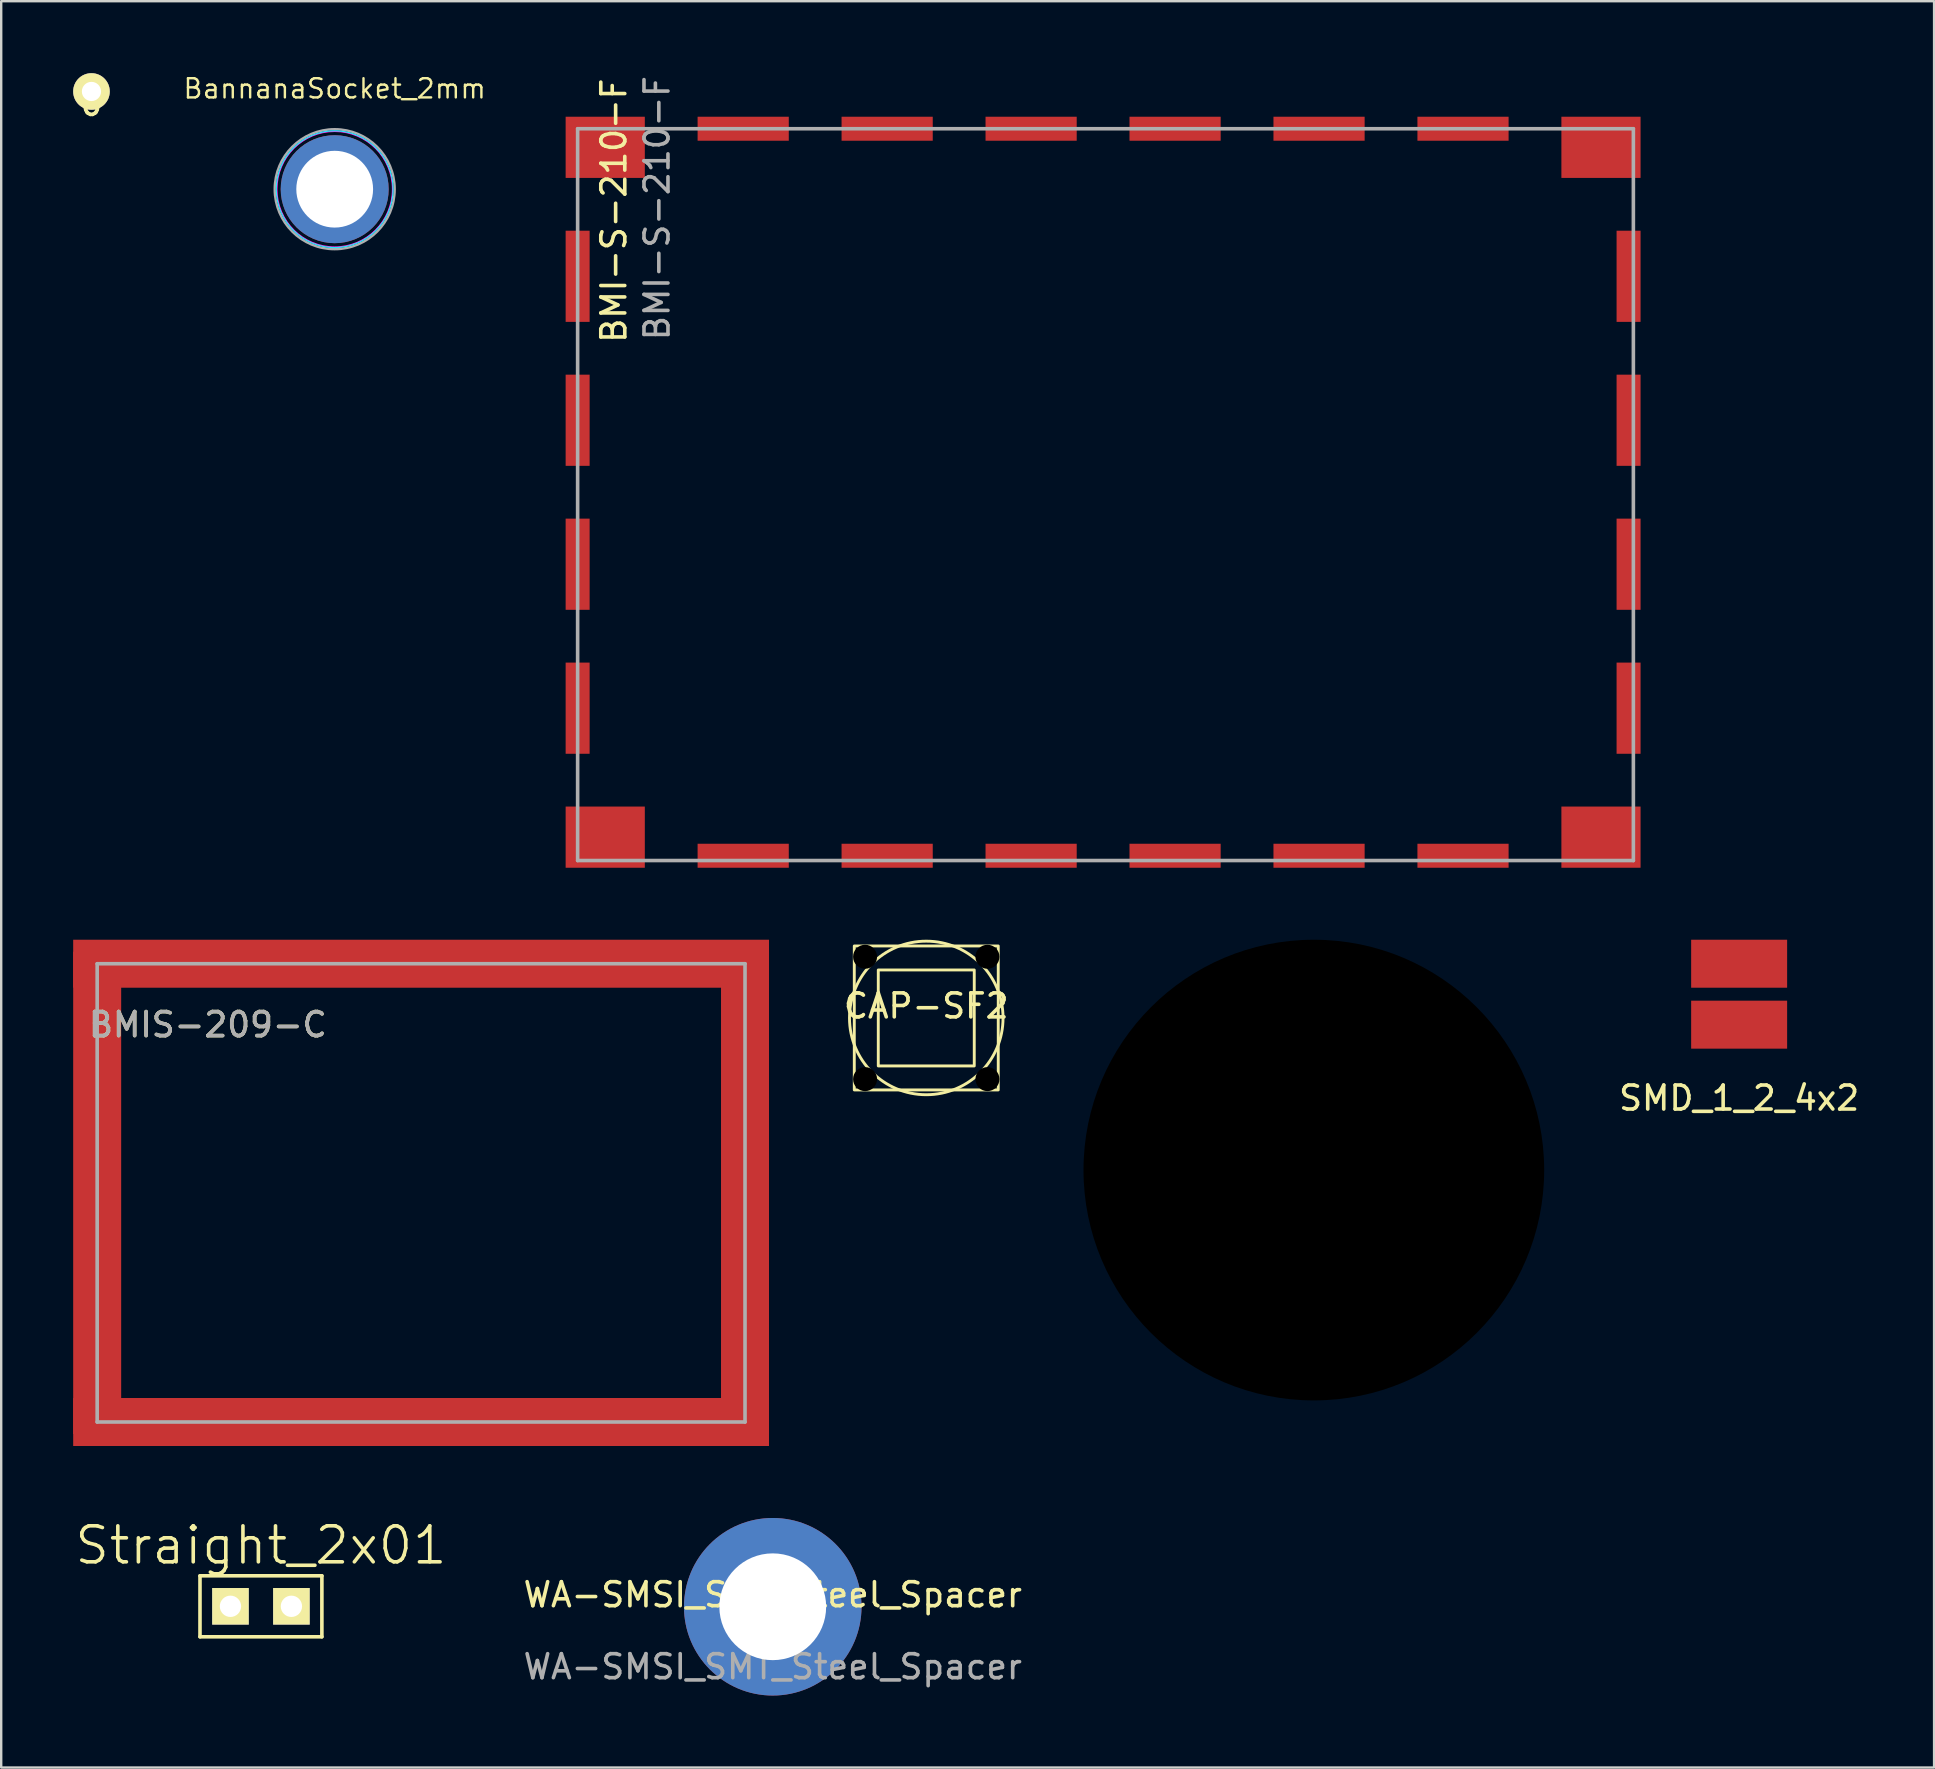
<source format=kicad_pcb>
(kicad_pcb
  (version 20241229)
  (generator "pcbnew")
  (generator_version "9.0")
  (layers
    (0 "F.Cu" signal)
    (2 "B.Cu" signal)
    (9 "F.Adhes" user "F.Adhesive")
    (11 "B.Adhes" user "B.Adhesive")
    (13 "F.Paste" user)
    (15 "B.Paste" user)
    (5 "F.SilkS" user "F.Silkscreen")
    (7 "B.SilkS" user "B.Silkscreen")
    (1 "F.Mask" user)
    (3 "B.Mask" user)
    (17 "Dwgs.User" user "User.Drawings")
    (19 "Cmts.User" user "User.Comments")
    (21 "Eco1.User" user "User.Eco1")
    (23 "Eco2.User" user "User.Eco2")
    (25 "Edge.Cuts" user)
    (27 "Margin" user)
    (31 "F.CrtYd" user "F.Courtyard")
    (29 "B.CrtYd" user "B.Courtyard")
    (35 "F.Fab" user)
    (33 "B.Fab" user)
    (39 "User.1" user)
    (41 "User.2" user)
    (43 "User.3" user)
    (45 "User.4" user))
  (footprint "BMIS-209-C"
    (layer "F.Cu")
    (at 14.5 37.115)
    (property "Reference" "BMIS-209-C" (at -8.89 2.54 0) (layer "F.SilkS") (effects (font (size 1 1) (thickness 0.15))))
    (attr through_hole)
    (fp_line (start -13.5 0) (end 13.5 0) (stroke (width 0.15) (type solid)) (layer "F.Fab"))
    (fp_line (start -13.5 19.1) (end -13.5 0) (stroke (width 0.15) (type solid)) (layer "F.Fab"))
    (fp_line (start 13.5 0) (end 13.5 19.1) (stroke (width 0.15) (type solid)) (layer "F.Fab"))
    (fp_line (start 13.5 19.1) (end -13.5 19.1) (stroke (width 0.15) (type solid)) (layer "F.Fab"))
    (fp_text user "${REFERENCE}" (at -8.89 2.54 0) (layer "F.Fab") (effects (font (size 1 1) (thickness 0.15))))
    (pad "1" smd rect (at -13.5 9.55) (size 2 20.1) (layers "F.Cu" "F.Mask" "F.Paste"))
    (pad "1" smd rect (at 0 0) (size 29 2) (layers "F.Cu" "F.Mask" "F.Paste"))
    (pad "1" smd rect (at 0 19.1) (size 29 2) (layers "F.Cu" "F.Mask" "F.Paste"))
    (pad "1" smd rect (at 13.5 9.55) (size 2 20.1) (layers "F.Cu" "F.Mask" "F.Paste")))
  (footprint "CAP-SF2"
    (layer "F.Cu")
    (at 35.554 39.375)
    (property "Reference" "CAP-SF2" (at 0 -0.5 0) (unlocked yes) (layer "F.SilkS") (effects (font (size 1 1) (thickness 0.15))))
    (fp_rect (start -3 -3) (end 3 3) (stroke (width 0.12) (type solid)) (fill no) (layer "F.SilkS"))
    (fp_rect (start -2 -2) (end 2 2) (stroke (width 0.12) (type solid)) (fill no) (layer "F.SilkS"))
    (fp_circle (center 0 0) (end 3.2 0) (stroke (width 0.12) (type solid)) (fill no) (layer "F.SilkS"))
    (pad "" np_thru_hole circle (at -2.55 -2.55) (size 1 1) (drill 1) (layers "*.Mask"))
    (pad "" np_thru_hole circle (at -2.55 2.55) (size 1 1) (drill 1) (layers "*.Mask"))
    (pad "" np_thru_hole circle (at 2.55 -2.55) (size 1 1) (drill 1) (layers "*.Mask"))
    (pad "" np_thru_hole circle (at 2.55 2.55) (size 1 1) (drill 1) (layers "*.Mask")))
  (footprint "SMD_1_2_4x2"
    (layer "F.Cu")
    (at 69.432 37.115)
    (property "Reference" "SMD_1_2_4x2" (at 0 5.601 0) (layer "F.SilkS") (effects (font (size 1 1) (thickness 0.15))))
    (attr through_hole)
    (pad "1" smd rect (at 0 0) (size 4 2) (layers "F.Cu" "F.Mask" "F.Paste"))
    (pad "2" smd rect (at 0 2.54) (size 4 2) (layers "F.Cu" "F.Mask" "F.Paste")))
  (footprint "0"
    (layer "F.Cu")
    (at 0.762 0.762)
    (property "Reference" "0" (at 0 0.5 0) (layer "F.SilkS") (effects (font (size 1 1) (thickness 0.15))))
    (attr through_hole)
    (pad "1" thru_hole circle (at 0 0) (size 1.524 1.524) (drill 0.8) (layers "*.Cu" "*.Mask" "F.SilkS")))
  (footprint "WA-SMSI_SMT_Steel_Spacer"
    (layer "F.Cu")
    (at 29.156 63.915)
    (property "Reference" "WA-SMSI_SMT_Steel_Spacer" (at 0 -0.5 0) (unlocked yes) (layer "F.SilkS") (effects (font (size 1 1) (thickness 0.15))))
    (attr through_hole)
    (fp_text user "${REFERENCE}" (at 0 2.5 0) (unlocked yes) (layer "F.Fab") (effects (font (size 1 1) (thickness 0.15))))
    (pad "1" thru_hole circle (at 0 0) (size 7.4 7.4) (drill 4.45) (layers "*.Cu" "*.Mask")))
  (footprint "BannanaSocket_2mm"
    (placed yes)
    (layer "F.Cu")
    (at 10.899 4.835)
    (property "Reference" "BannanaSocket_2mm" (at 0 -4.191 0) (layer "F.SilkS") (effects (font (size 0.8 0.8) (thickness 0.1))))
    (attr through_hole exclude_from_bom)
    (fp_circle (center 0 0) (end 2.4 0.4) (stroke (width 0.05) (type default)) (fill no) (layer "B.CrtYd"))
    (fp_circle (center 0 0) (end 2.4 0.2) (stroke (width 0.05) (type default)) (fill no) (layer "F.CrtYd"))
    (fp_circle (center 0 0) (end 2.5 0) (stroke (width 0.1) (type solid)) (fill no) (layer "F.Fab"))
    (pad "1" thru_hole circle (at 0 0) (size 4.5 4.5) (drill 3.2) (layers "*.Cu" "*.Mask")))
  (footprint "dira_19,2mm"
    (layer "F.Cu")
    (at 51.707 45.715)
    (property "Reference" "dira_19,2mm" (at 0 -0.5 0) (unlocked yes) (layer "F.SilkS") (effects (font (size 1 1) (thickness 0.15))))
    (attr through_hole)
    (pad "" np_thru_hole circle (at 0 0) (size 19.2 19.2) (drill 19.2) (layers "*.Mask")))
  (footprint "Straight_2x01"
    (layer "F.Cu")
    (at 7.825 63.896)
    (property "Reference" "Straight_2x01" (at 0 -2.54 0) (layer "F.SilkS") (effects (font (size 1.5 1.5) (thickness 0.15))))
    (attr through_hole)
    (fp_line (start -2.54 -1.27) (end 2.54 -1.27) (stroke (width 0.15) (type solid)) (layer "F.SilkS"))
    (fp_line (start -2.54 1.27) (end -2.54 -1.27) (stroke (width 0.15) (type solid)) (layer "F.SilkS"))
    (fp_line (start 2.54 -1.27) (end 2.54 1.27) (stroke (width 0.15) (type solid)) (layer "F.SilkS"))
    (fp_line (start 2.54 1.27) (end -2.54 1.27) (stroke (width 0.15) (type solid)) (layer "F.SilkS"))
    (pad "1" thru_hole rect (at -1.27 0) (size 1.524 1.524) (drill 0.889) (layers "*.Cu" "*.Mask" "F.SilkS"))
    (pad "2" thru_hole rect (at 1.27 0) (size 1.524 1.524) (drill 0.889) (layers "*.Cu" "*.Mask" "F.SilkS")))
  (footprint "BMI-S-210-F"
    (layer "F.Cu")
    (at 20.524 1.815)
    (property "Reference" "BMI-S-210-F" (at 2.01 3.915 270) (layer "F.SilkS") (effects (font (size 1 1) (thickness 0.15))))
    (attr through_hole)
    (fp_line (start 0.5 0.5) (end 44.5 0.5) (stroke (width 0.15) (type solid)) (layer "F.Fab"))
    (fp_line (start 0.5 31) (end 0.5 0.5) (stroke (width 0.15) (type solid)) (layer "F.Fab"))
    (fp_line (start 44.5 0.5) (end 44.5 31) (stroke (width 0.15) (type solid)) (layer "F.Fab"))
    (fp_line (start 44.5 31) (end 0.5 31) (stroke (width 0.15) (type solid)) (layer "F.Fab"))
    (fp_text user "${REFERENCE}" (at 3.81 3.81 90) (layer "F.Fab") (effects (font (size 1 1) (thickness 0.15))))
    (pad "1" smd rect (at 0.5 6.65) (size 1 3.8) (layers "F.Cu" "F.Mask" "F.Paste"))
    (pad "1" smd rect (at 0.5 12.65) (size 1 3.8) (layers "F.Cu" "F.Mask" "F.Paste"))
    (pad "1" smd rect (at 0.5 18.65) (size 1 3.8) (layers "F.Cu" "F.Mask" "F.Paste"))
    (pad "1" smd rect (at 0.5 24.65) (size 1 3.8) (layers "F.Cu" "F.Mask" "F.Paste"))
    (pad "1" smd rect (at 1.65 1.275) (size 3.3 2.55) (layers "F.Cu" "F.Mask" "F.Paste"))
    (pad "1" smd rect (at 1.65 30.025) (size 3.3 2.55) (layers "F.Cu" "F.Mask" "F.Paste"))
    (pad "1" smd rect (at 7.4 0.5) (size 3.8 1) (layers "F.Cu" "F.Mask" "F.Paste"))
    (pad "1" smd rect (at 7.4 30.8) (size 3.8 1) (layers "F.Cu" "F.Mask" "F.Paste"))
    (pad "1" smd rect (at 13.4 0.5) (size 3.8 1) (layers "F.Cu" "F.Mask" "F.Paste"))
    (pad "1" smd rect (at 13.4 30.8) (size 3.8 1) (layers "F.Cu" "F.Mask" "F.Paste"))
    (pad "1" smd rect (at 19.4 0.5) (size 3.8 1) (layers "F.Cu" "F.Mask" "F.Paste"))
    (pad "1" smd rect (at 19.4 30.8) (size 3.8 1) (layers "F.Cu" "F.Mask" "F.Paste"))
    (pad "1" smd rect (at 25.4 0.5) (size 3.8 1) (layers "F.Cu" "F.Mask" "F.Paste"))
    (pad "1" smd rect (at 25.4 30.8) (size 3.8 1) (layers "F.Cu" "F.Mask" "F.Paste"))
    (pad "1" smd rect (at 31.4 0.5) (size 3.8 1) (layers "F.Cu" "F.Mask" "F.Paste"))
    (pad "1" smd rect (at 31.4 30.8) (size 3.8 1) (layers "F.Cu" "F.Mask" "F.Paste"))
    (pad "1" smd rect (at 37.4 0.5) (size 3.8 1) (layers "F.Cu" "F.Mask" "F.Paste"))
    (pad "1" smd rect (at 37.4 30.8) (size 3.8 1) (layers "F.Cu" "F.Mask" "F.Paste"))
    (pad "1" smd rect (at 43.15 1.275) (size 3.3 2.55) (layers "F.Cu" "F.Mask" "F.Paste"))
    (pad "1" smd rect (at 43.15 30.025) (size 3.3 2.55) (layers "F.Cu" "F.Mask" "F.Paste"))
    (pad "1" smd rect (at 44.3 6.65) (size 1 3.8) (layers "F.Cu" "F.Mask" "F.Paste"))
    (pad "1" smd rect (at 44.3 12.65) (size 1 3.8) (layers "F.Cu" "F.Mask" "F.Paste"))
    (pad "1" smd rect (at 44.3 18.65) (size 1 3.8) (layers "F.Cu" "F.Mask" "F.Paste"))
    (pad "1" smd rect (at 44.3 24.65) (size 1 3.8) (layers "F.Cu" "F.Mask" "F.Paste")))
  (gr_rect
    (start -3 -3)
    (end 77.557 70.615)
    (stroke (width 0.1) (type default))
    (fill no)
    (layer "Edge.Cuts")))
</source>
